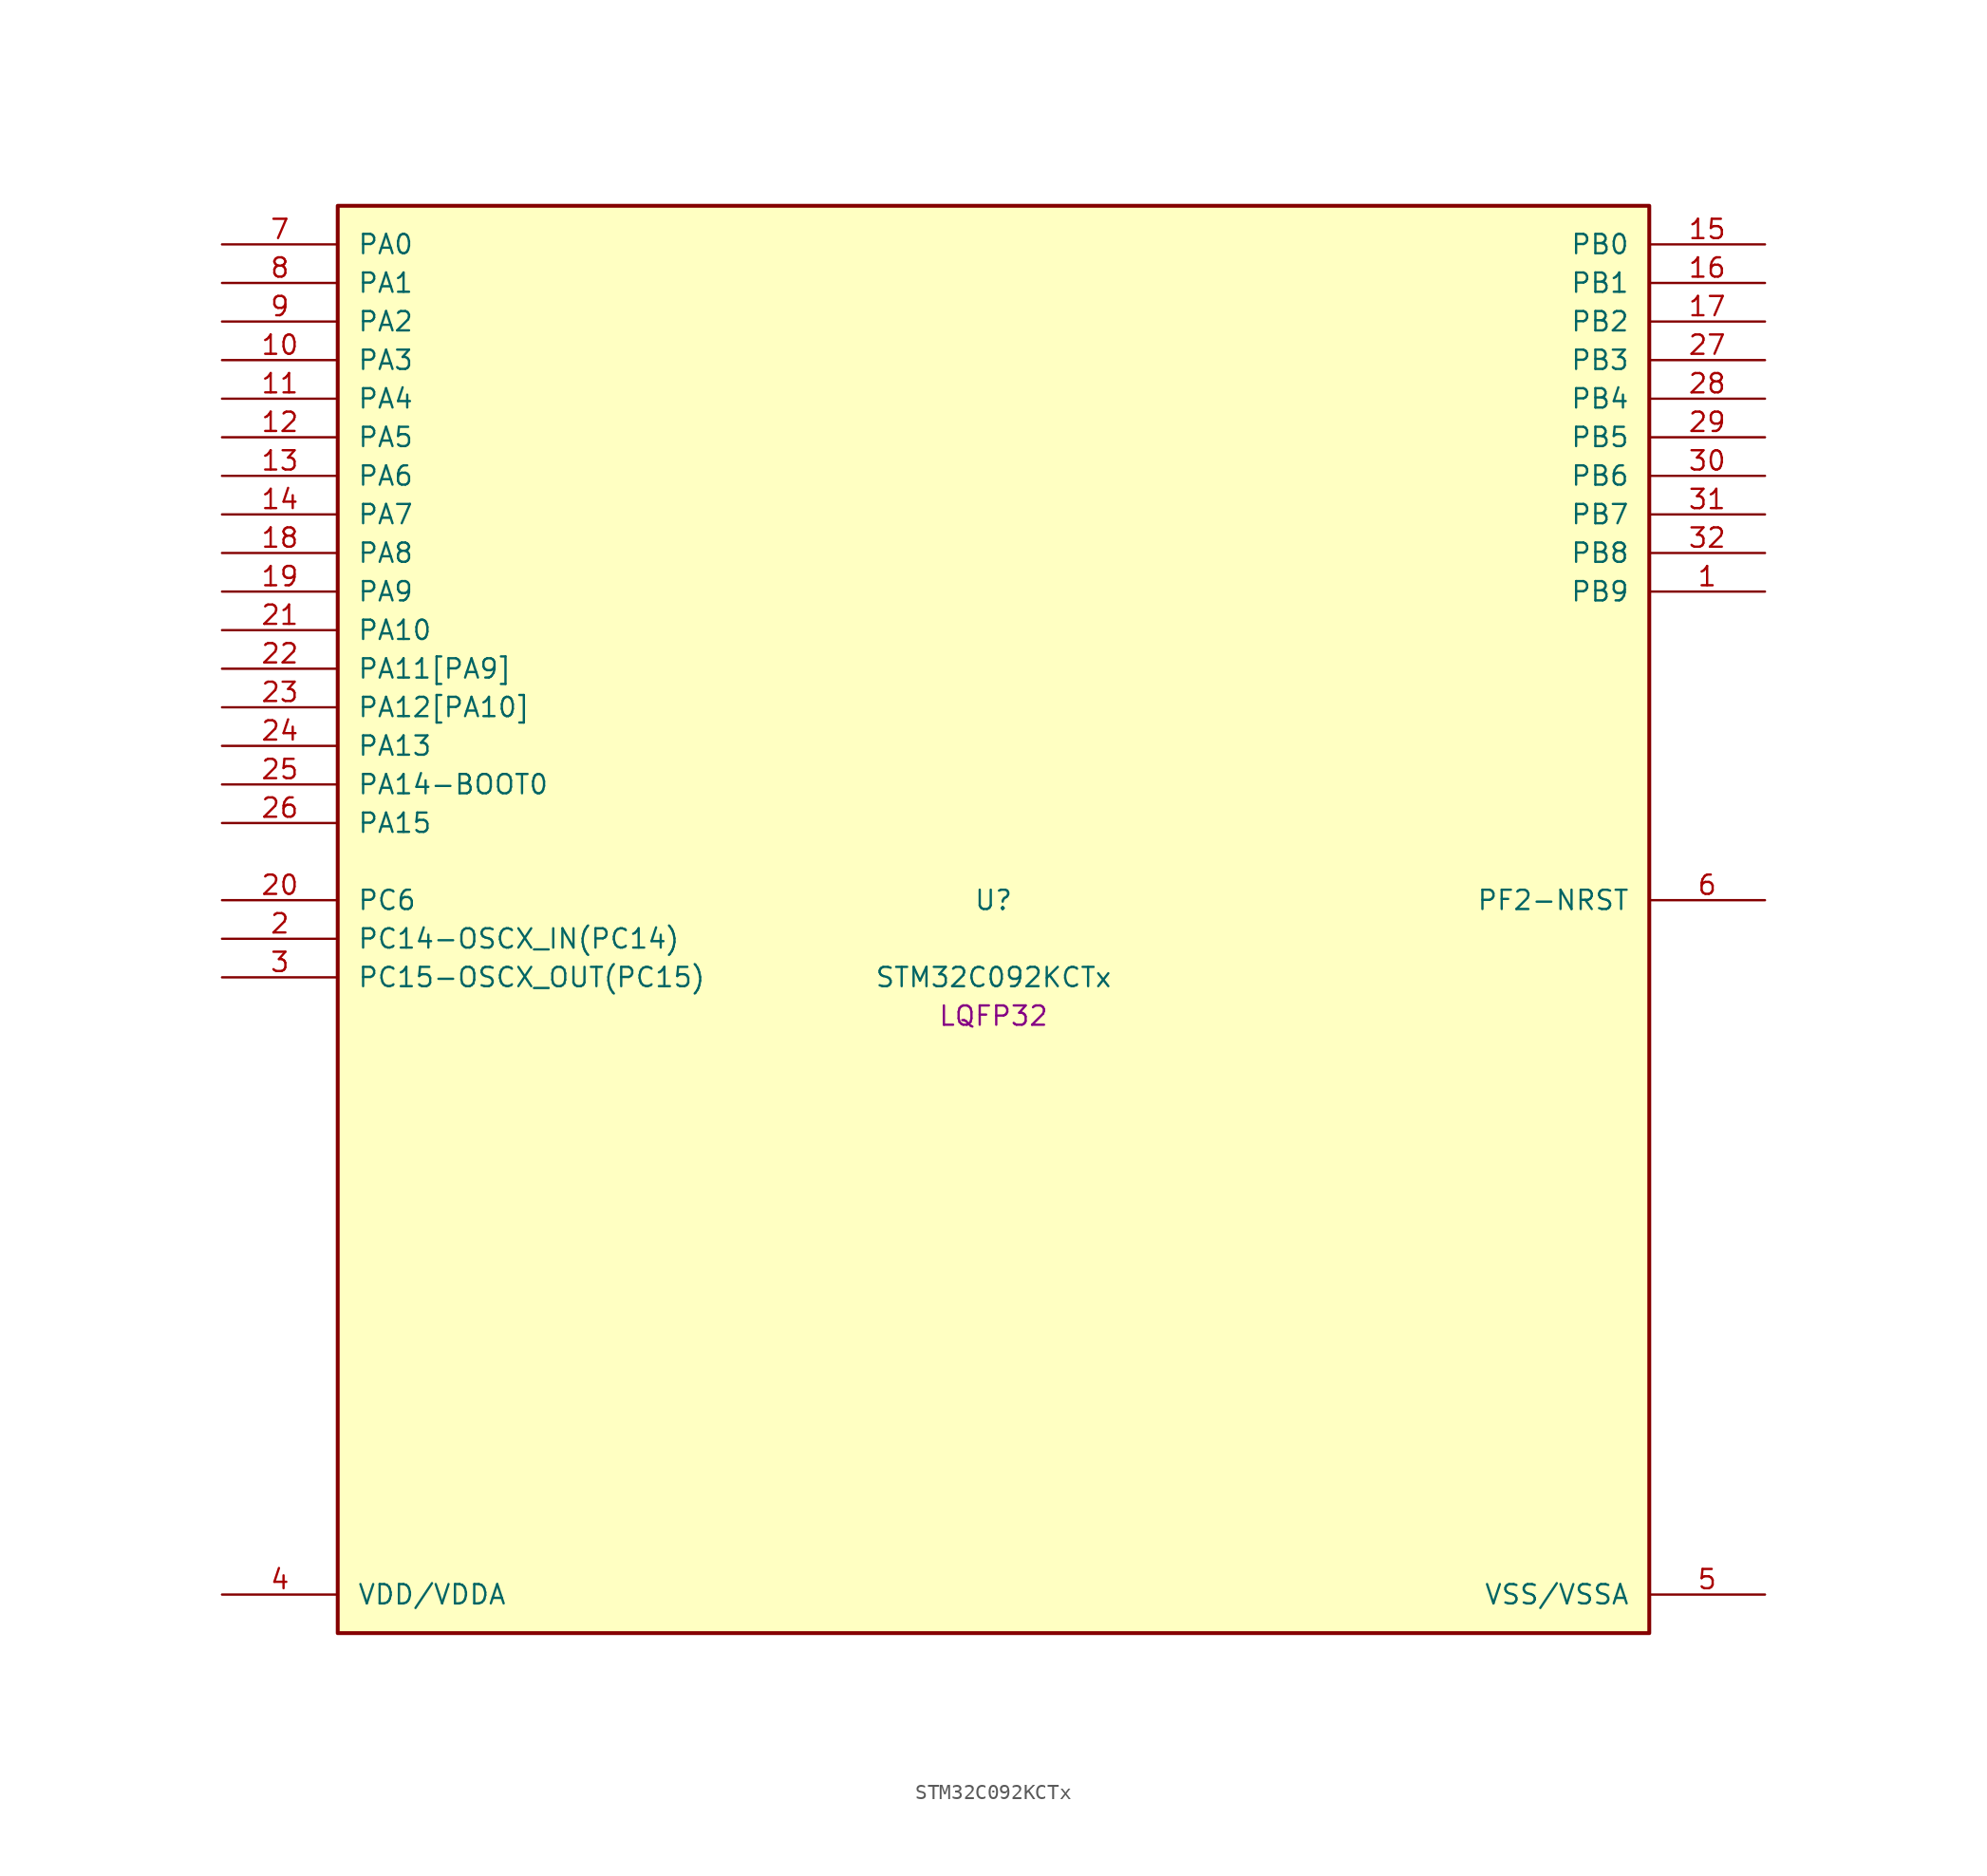
<source format=kicad_sym>
(kicad_symbol_lib
  (version 20241209)
  (generator "stm32_pkl_generator")
  (generator_version "1.0")
  (symbol "STM32C092KCTx"
    (pin_names
      (offset 1.27))
    (property "Reference" "U"
      (at 0 2.54 0))
    (property "Value" "STM32C092KCTx"
      (at 0 -2.54 0))
    (property "Footprint" "LQFP32"
      (at 0 -5.08 0))
    (symbol "STM32C092KCTx_1_1"
      (rectangle (start -43.18 48.26) (end 43.18 -45.72) (stroke (width 0.254) (type solid)) (fill (type background)))
      (pin bidirectional line (at -50.8 45.72 0) (length 7.62) (name "PA0") (number "7") (alternate "PA0/ADC1_IN0" bidirectional line) (alternate "PA0/PWR_WKUP1" bidirectional line) (alternate "PA0/SPI2_SCK" bidirectional line) (alternate "PA0/TIM16_CH1" bidirectional line) (alternate "PA0/TIM1_CH1" bidirectional line) (alternate "PA0/TIM2_CH1" bidirectional line) (alternate "PA0/TIM2_ETR" bidirectional line) (alternate "PA0/USART1_TX" bidirectional line) (alternate "PA0/USART2_CTS" bidirectional line) (alternate "PA0/USART2_NSS" bidirectional line) (alternate "PA0/USART4_TX" bidirectional line))
      (pin bidirectional line (at -50.8 43.18 0) (length 7.62) (name "PA1") (number "8") (alternate "PA1/ADC1_IN1" bidirectional line) (alternate "PA1/I2C1_SMBA" bidirectional line) (alternate "PA1/I2S1_CK" bidirectional line) (alternate "PA1/SPI1_SCK" bidirectional line) (alternate "PA1/TIM15_CH1N" bidirectional line) (alternate "PA1/TIM17_CH1" bidirectional line) (alternate "PA1/TIM1_CH2" bidirectional line) (alternate "PA1/TIM2_CH2" bidirectional line) (alternate "PA1/USART1_RX" bidirectional line) (alternate "PA1/USART2_CK" bidirectional line) (alternate "PA1/USART2_DE" bidirectional line) (alternate "PA1/USART2_RTS" bidirectional line) (alternate "PA1/USART4_RX" bidirectional line))
      (pin bidirectional line (at -50.8 40.64 0) (length 7.62) (name "PA2") (number "9") (alternate "PA2/ADC1_IN2" bidirectional line) (alternate "PA2/I2S1_SD" bidirectional line) (alternate "PA2/PWR_WKUP4" bidirectional line) (alternate "PA2/RCC_LSCO" bidirectional line) (alternate "PA2/SPI1_MOSI" bidirectional line) (alternate "PA2/TIM15_CH1" bidirectional line) (alternate "PA2/TIM16_CH1N" bidirectional line) (alternate "PA2/TIM1_CH3" bidirectional line) (alternate "PA2/TIM2_CH3" bidirectional line) (alternate "PA2/TIM3_ETR" bidirectional line) (alternate "PA2/USART2_TX" bidirectional line))
      (pin bidirectional line (at -50.8 38.1 0) (length 7.62) (name "PA3") (number "10") (alternate "PA3/ADC1_IN3" bidirectional line) (alternate "PA3/SPI2_MISO" bidirectional line) (alternate "PA3/TIM15_CH2" bidirectional line) (alternate "PA3/TIM1_CH1N" bidirectional line) (alternate "PA3/TIM1_CH4" bidirectional line) (alternate "PA3/TIM2_CH4" bidirectional line) (alternate "PA3/USART2_RX" bidirectional line))
      (pin bidirectional line (at -50.8 35.56 0) (length 7.62) (name "PA4") (number "11") (alternate "PA4/ADC1_IN4" bidirectional line) (alternate "PA4/I2S1_WS" bidirectional line) (alternate "PA4/PWR_WKUP2" bidirectional line) (alternate "PA4/RTC_OUT1" bidirectional line) (alternate "PA4/RTC_TS" bidirectional line) (alternate "PA4/SPI1_NSS" bidirectional line) (alternate "PA4/SPI2_MOSI" bidirectional line) (alternate "PA4/TIM14_CH1" bidirectional line) (alternate "PA4/TIM17_CH1N" bidirectional line) (alternate "PA4/TIM1_CH2N" bidirectional line) (alternate "PA4/USART2_TX" bidirectional line))
      (pin bidirectional line (at -50.8 33.02 0) (length 7.62) (name "PA5") (number "12") (alternate "PA5/ADC1_IN5" bidirectional line) (alternate "PA5/I2S1_CK" bidirectional line) (alternate "PA5/SPI1_SCK" bidirectional line) (alternate "PA5/TIM1_CH1" bidirectional line) (alternate "PA5/TIM1_CH3N" bidirectional line) (alternate "PA5/TIM2_CH1" bidirectional line) (alternate "PA5/TIM2_ETR" bidirectional line) (alternate "PA5/USART2_RX" bidirectional line) (alternate "PA5/USART3_TX" bidirectional line))
      (pin bidirectional line (at -50.8 30.48 0) (length 7.62) (name "PA6") (number "13") (alternate "PA6/ADC1_IN6" bidirectional line) (alternate "PA6/I2C2_SDA" bidirectional line) (alternate "PA6/I2S1_MCK" bidirectional line) (alternate "PA6/SPI1_MISO" bidirectional line) (alternate "PA6/TIM16_CH1" bidirectional line) (alternate "PA6/TIM1_BKIN" bidirectional line) (alternate "PA6/TIM3_CH1" bidirectional line) (alternate "PA6/USART3_CTS" bidirectional line) (alternate "PA6/USART3_NSS" bidirectional line))
      (pin bidirectional line (at -50.8 27.94 0) (length 7.62) (name "PA7") (number "14") (alternate "PA7/ADC1_IN7" bidirectional line) (alternate "PA7/I2C2_SCL" bidirectional line) (alternate "PA7/I2S1_SD" bidirectional line) (alternate "PA7/SPI1_MOSI" bidirectional line) (alternate "PA7/TIM14_CH1" bidirectional line) (alternate "PA7/TIM17_CH1" bidirectional line) (alternate "PA7/TIM1_CH1N" bidirectional line) (alternate "PA7/TIM3_CH2" bidirectional line))
      (pin bidirectional line (at -50.8 25.4 0) (length 7.62) (name "PA8") (number "18") (alternate "PA8/ADC1_IN8" bidirectional line) (alternate "PA8/I2S1_WS" bidirectional line) (alternate "PA8/RCC_MCO" bidirectional line) (alternate "PA8/RCC_MCO_2" bidirectional line) (alternate "PA8/SPI1_NSS" bidirectional line) (alternate "PA8/SPI2_MISO" bidirectional line) (alternate "PA8/SPI2_NSS" bidirectional line) (alternate "PA8/TIM14_CH1" bidirectional line) (alternate "PA8/TIM1_CH1" bidirectional line) (alternate "PA8/TIM1_CH2N" bidirectional line) (alternate "PA8/TIM1_CH3N" bidirectional line) (alternate "PA8/TIM3_CH3" bidirectional line) (alternate "PA8/TIM3_CH4" bidirectional line) (alternate "PA8/USART1_RX" bidirectional line) (alternate "PA8/USART2_TX" bidirectional line))
      (pin bidirectional line (at -50.8 22.86 0) (length 7.62) (name "PA9") (number "19") (alternate "PA9/I2C1_SCL" bidirectional line) (alternate "PA9/I2C2_SCL" bidirectional line) (alternate "PA9/RCC_MCO" bidirectional line) (alternate "PA9/SPI2_MISO" bidirectional line) (alternate "PA9/TIM15_BKIN" bidirectional line) (alternate "PA9/TIM1_CH2" bidirectional line) (alternate "PA9/TIM3_ETR" bidirectional line) (alternate "PA9/USART1_TX" bidirectional line) (alternate "PA9/NC" bidirectional line))
      (pin bidirectional line (at -50.8 20.32 0) (length 7.62) (name "PA10") (number "21") (alternate "PA10/I2C1_SDA" bidirectional line) (alternate "PA10/I2C2_SDA" bidirectional line) (alternate "PA10/RCC_MCO_2" bidirectional line) (alternate "PA10/SPI2_MOSI" bidirectional line) (alternate "PA10/TIM17_BKIN" bidirectional line) (alternate "PA10/TIM1_CH3" bidirectional line) (alternate "PA10/USART1_RX" bidirectional line) (alternate "PA10/NC" bidirectional line))
      (pin bidirectional line (at -50.8 17.78 0) (length 7.62) (name "PA11[PA9]") (number "22") (alternate "PA11[PA9]/ADC1_EXTI11" bidirectional line) (alternate "PA11[PA9]/FDCAN1_RX" bidirectional line) (alternate "PA11[PA9]/I2C2_SCL" bidirectional line) (alternate "PA11[PA9]/I2S1_MCK" bidirectional line) (alternate "PA11[PA9]/SPI1_MISO" bidirectional line) (alternate "PA11[PA9]/TIM1_BKIN2" bidirectional line) (alternate "PA11[PA9]/TIM1_CH4" bidirectional line) (alternate "PA11[PA9]/USART1_CTS" bidirectional line) (alternate "PA11[PA9]/USART1_NSS" bidirectional line) (alternate "PA11[PA9]/PA9[PA11]" bidirectional line) (alternate "PA11[PA9]/I2C1_SCL" bidirectional line) (alternate "PA11[PA9]/RCC_MCO" bidirectional line) (alternate "PA11[PA9]/SPI2_MISO" bidirectional line) (alternate "PA11[PA9]/TIM15_BKIN" bidirectional line) (alternate "PA11[PA9]/TIM1_CH2" bidirectional line) (alternate "PA11[PA9]/TIM3_ETR" bidirectional line) (alternate "PA11[PA9]/USART1_TX" bidirectional line))
      (pin bidirectional line (at -50.8 15.24 0) (length 7.62) (name "PA12[PA10]") (number "23") (alternate "PA12[PA10]/FDCAN1_TX" bidirectional line) (alternate "PA12[PA10]/I2C2_SDA" bidirectional line) (alternate "PA12[PA10]/I2S1_SD" bidirectional line) (alternate "PA12[PA10]/I2S_CKIN" bidirectional line) (alternate "PA12[PA10]/SPI1_MOSI" bidirectional line) (alternate "PA12[PA10]/TIM1_ETR" bidirectional line) (alternate "PA12[PA10]/USART1_CK" bidirectional line) (alternate "PA12[PA10]/USART1_DE" bidirectional line) (alternate "PA12[PA10]/USART1_RTS" bidirectional line) (alternate "PA12[PA10]/PA10[PA12]" bidirectional line) (alternate "PA12[PA10]/I2C1_SDA" bidirectional line) (alternate "PA12[PA10]/RCC_MCO_2" bidirectional line) (alternate "PA12[PA10]/SPI2_MOSI" bidirectional line) (alternate "PA12[PA10]/TIM17_BKIN" bidirectional line) (alternate "PA12[PA10]/TIM1_CH3" bidirectional line) (alternate "PA12[PA10]/USART1_RX" bidirectional line))
      (pin bidirectional line (at -50.8 12.7 0) (length 7.62) (name "PA13") (number "24") (alternate "PA13/ADC1_IN13" bidirectional line) (alternate "PA13/DEBUG_SWDIO" bidirectional line) (alternate "PA13/IR_OUT" bidirectional line) (alternate "PA13/TIM3_ETR" bidirectional line) (alternate "PA13/USART2_RX" bidirectional line))
      (pin bidirectional line (at -50.8 10.16 0) (length 7.62) (name "PA14-BOOT0") (number "25") (alternate "PA14-BOOT0/ADC1_IN14" bidirectional line) (alternate "PA14-BOOT0/BOOT0" bidirectional line) (alternate "PA14-BOOT0/DEBUG_SWCLK" bidirectional line) (alternate "PA14-BOOT0/I2S1_WS" bidirectional line) (alternate "PA14-BOOT0/RCC_MCO_2" bidirectional line) (alternate "PA14-BOOT0/SPI1_NSS" bidirectional line) (alternate "PA14-BOOT0/TIM1_CH1" bidirectional line) (alternate "PA14-BOOT0/USART1_CK" bidirectional line) (alternate "PA14-BOOT0/USART1_DE" bidirectional line) (alternate "PA14-BOOT0/USART1_RTS" bidirectional line) (alternate "PA14-BOOT0/USART2_RX" bidirectional line) (alternate "PA14-BOOT0/USART2_TX" bidirectional line))
      (pin bidirectional line (at -50.8 7.62 0) (length 7.62) (name "PA15") (number "26") (alternate "PA15/I2S1_WS" bidirectional line) (alternate "PA15/RCC_MCO_2" bidirectional line) (alternate "PA15/SPI1_NSS" bidirectional line) (alternate "PA15/TIM1_CH1" bidirectional line) (alternate "PA15/TIM2_CH1" bidirectional line) (alternate "PA15/TIM2_ETR" bidirectional line) (alternate "PA15/USART1_CK" bidirectional line) (alternate "PA15/USART1_DE" bidirectional line) (alternate "PA15/USART1_RTS" bidirectional line) (alternate "PA15/USART2_RX" bidirectional line) (alternate "PA15/USART3_CK" bidirectional line) (alternate "PA15/USART3_DE" bidirectional line) (alternate "PA15/USART3_RTS" bidirectional line) (alternate "PA15/USART4_CK" bidirectional line) (alternate "PA15/USART4_DE" bidirectional line) (alternate "PA15/USART4_RTS" bidirectional line))
      (pin bidirectional line (at 50.8 45.72 180) (length 7.62) (name "PB0") (number "15") (alternate "PB0/ADC1_IN17" bidirectional line) (alternate "PB0/FDCAN1_RX" bidirectional line) (alternate "PB0/I2S1_WS" bidirectional line) (alternate "PB0/SPI1_NSS" bidirectional line) (alternate "PB0/TIM1_CH2N" bidirectional line) (alternate "PB0/TIM3_CH3" bidirectional line) (alternate "PB0/USART3_RX" bidirectional line))
      (pin bidirectional line (at 50.8 43.18 180) (length 7.62) (name "PB1") (number "16") (alternate "PB1/ADC1_IN18" bidirectional line) (alternate "PB1/FDCAN1_TX" bidirectional line) (alternate "PB1/TIM14_CH1" bidirectional line) (alternate "PB1/TIM1_CH2N" bidirectional line) (alternate "PB1/TIM1_CH3N" bidirectional line) (alternate "PB1/TIM3_CH4" bidirectional line) (alternate "PB1/USART3_CK" bidirectional line) (alternate "PB1/USART3_DE" bidirectional line) (alternate "PB1/USART3_RTS" bidirectional line))
      (pin bidirectional line (at 50.8 40.64 180) (length 7.62) (name "PB2") (number "17") (alternate "PB2/ADC1_IN19" bidirectional line) (alternate "PB2/RCC_MCO_2" bidirectional line) (alternate "PB2/SPI2_MISO" bidirectional line) (alternate "PB2/USART1_RX" bidirectional line) (alternate "PB2/USART3_TX" bidirectional line))
      (pin bidirectional line (at 50.8 38.1 180) (length 7.62) (name "PB3") (number "27") (alternate "PB3/I2C2_SCL" bidirectional line) (alternate "PB3/I2S1_CK" bidirectional line) (alternate "PB3/SPI1_SCK" bidirectional line) (alternate "PB3/TIM1_CH2" bidirectional line) (alternate "PB3/TIM2_CH2" bidirectional line) (alternate "PB3/TIM3_CH2" bidirectional line) (alternate "PB3/USART1_CK" bidirectional line) (alternate "PB3/USART1_DE" bidirectional line) (alternate "PB3/USART1_RTS" bidirectional line))
      (pin bidirectional line (at 50.8 35.56 180) (length 7.62) (name "PB4") (number "28") (alternate "PB4/I2C2_SDA" bidirectional line) (alternate "PB4/I2S1_MCK" bidirectional line) (alternate "PB4/SPI1_MISO" bidirectional line) (alternate "PB4/TIM17_BKIN" bidirectional line) (alternate "PB4/TIM3_CH1" bidirectional line) (alternate "PB4/USART1_CTS" bidirectional line) (alternate "PB4/USART1_NSS" bidirectional line))
      (pin bidirectional line (at 50.8 33.02 180) (length 7.62) (name "PB5") (number "29") (alternate "PB5/FDCAN1_RX" bidirectional line) (alternate "PB5/I2C1_SMBA" bidirectional line) (alternate "PB5/I2S1_SD" bidirectional line) (alternate "PB5/PWR_WKUP6" bidirectional line) (alternate "PB5/SPI1_MOSI" bidirectional line) (alternate "PB5/TIM16_BKIN" bidirectional line) (alternate "PB5/TIM3_CH2" bidirectional line) (alternate "PB5/TIM3_CH3" bidirectional line))
      (pin bidirectional line (at 50.8 30.48 180) (length 7.62) (name "PB6") (number "30") (alternate "PB6/FDCAN1_TX" bidirectional line) (alternate "PB6/I2C1_SCL" bidirectional line) (alternate "PB6/I2C1_SMBA" bidirectional line) (alternate "PB6/I2S1_CK" bidirectional line) (alternate "PB6/I2S1_MCK" bidirectional line) (alternate "PB6/I2S1_SD" bidirectional line) (alternate "PB6/PWR_WKUP3" bidirectional line) (alternate "PB6/SPI1_MISO" bidirectional line) (alternate "PB6/SPI1_MOSI" bidirectional line) (alternate "PB6/SPI1_SCK" bidirectional line) (alternate "PB6/SPI2_MISO" bidirectional line) (alternate "PB6/TIM16_BKIN" bidirectional line) (alternate "PB6/TIM16_CH1N" bidirectional line) (alternate "PB6/TIM1_CH2" bidirectional line) (alternate "PB6/TIM1_CH3" bidirectional line) (alternate "PB6/TIM3_CH1" bidirectional line) (alternate "PB6/TIM3_CH2" bidirectional line) (alternate "PB6/TIM3_CH3" bidirectional line) (alternate "PB6/USART1_CTS" bidirectional line) (alternate "PB6/USART1_NSS" bidirectional line) (alternate "PB6/USART1_TX" bidirectional line))
      (pin bidirectional line (at 50.8 27.94 180) (length 7.62) (name "PB7") (number "31") (alternate "PB7/I2C1_SCL" bidirectional line) (alternate "PB7/I2C1_SDA" bidirectional line) (alternate "PB7/RTC_REFIN" bidirectional line) (alternate "PB7/SPI2_MOSI" bidirectional line) (alternate "PB7/TIM16_CH1" bidirectional line) (alternate "PB7/TIM17_CH1N" bidirectional line) (alternate "PB7/TIM1_CH4" bidirectional line) (alternate "PB7/TIM3_CH1" bidirectional line) (alternate "PB7/TIM3_CH4" bidirectional line) (alternate "PB7/USART1_RX" bidirectional line) (alternate "PB7/USART2_CTS" bidirectional line) (alternate "PB7/USART2_NSS" bidirectional line) (alternate "PB7/USART4_CTS" bidirectional line) (alternate "PB7/USART4_NSS" bidirectional line))
      (pin bidirectional line (at 50.8 25.4 180) (length 7.62) (name "PB8") (number "32") (alternate "PB8/FDCAN1_RX" bidirectional line) (alternate "PB8/I2C1_SCL" bidirectional line) (alternate "PB8/SPI2_SCK" bidirectional line) (alternate "PB8/TIM15_BKIN" bidirectional line) (alternate "PB8/TIM16_CH1" bidirectional line) (alternate "PB8/TIM3_CH1" bidirectional line) (alternate "PB8/USART2_CTS" bidirectional line) (alternate "PB8/USART2_NSS" bidirectional line) (alternate "PB8/USART3_TX" bidirectional line))
      (pin bidirectional line (at 50.8 22.86 180) (length 7.62) (name "PB9") (number "1") (alternate "PB9/FDCAN1_TX" bidirectional line) (alternate "PB9/I2C1_SDA" bidirectional line) (alternate "PB9/IR_OUT" bidirectional line) (alternate "PB9/SPI2_NSS" bidirectional line) (alternate "PB9/TIM17_CH1" bidirectional line) (alternate "PB9/TIM3_CH2" bidirectional line) (alternate "PB9/USART2_CK" bidirectional line) (alternate "PB9/USART2_DE" bidirectional line) (alternate "PB9/USART2_RTS" bidirectional line) (alternate "PB9/USART3_RX" bidirectional line))
      (pin bidirectional line (at -50.8 2.54 0) (length 7.62) (name "PC6") (number "20") (alternate "PC6/TIM2_CH3" bidirectional line) (alternate "PC6/TIM3_CH1" bidirectional line))
      (pin bidirectional line (at -50.8 0 0) (length 7.62) (name "PC14-OSCX_IN(PC14)") (number "2") (alternate "PC14-OSCX_IN(PC14)/FDCAN1_TX" bidirectional line) (alternate "PC14-OSCX_IN(PC14)/I2C1_SDA" bidirectional line) (alternate "PC14-OSCX_IN(PC14)/IR_OUT" bidirectional line) (alternate "PC14-OSCX_IN(PC14)/RCC_OSCX_IN" bidirectional line) (alternate "PC14-OSCX_IN(PC14)/SPI2_NSS" bidirectional line) (alternate "PC14-OSCX_IN(PC14)/TIM17_CH1" bidirectional line) (alternate "PC14-OSCX_IN(PC14)/TIM1_BKIN2" bidirectional line) (alternate "PC14-OSCX_IN(PC14)/TIM1_ETR" bidirectional line) (alternate "PC14-OSCX_IN(PC14)/TIM3_CH2" bidirectional line) (alternate "PC14-OSCX_IN(PC14)/USART1_TX" bidirectional line) (alternate "PC14-OSCX_IN(PC14)/USART2_CK" bidirectional line) (alternate "PC14-OSCX_IN(PC14)/USART2_DE" bidirectional line) (alternate "PC14-OSCX_IN(PC14)/USART2_RTS" bidirectional line) (alternate "PC14-OSCX_IN(PC14)/USART3_TX" bidirectional line))
      (pin bidirectional line (at -50.8 -2.54 0) (length 7.62) (name "PC15-OSCX_OUT(PC15)") (number "3") (alternate "PC15-OSCX_OUT(PC15)/RCC_OSC32_EN" bidirectional line) (alternate "PC15-OSCX_OUT(PC15)/RCC_OSCX_OUT" bidirectional line) (alternate "PC15-OSCX_OUT(PC15)/RCC_OSC_EN" bidirectional line) (alternate "PC15-OSCX_OUT(PC15)/TIM15_BKIN" bidirectional line) (alternate "PC15-OSCX_OUT(PC15)/TIM1_ETR" bidirectional line) (alternate "PC15-OSCX_OUT(PC15)/TIM3_CH3" bidirectional line))
      (pin bidirectional line (at 50.8 2.54 180) (length 7.62) (name "PF2-NRST") (number "6") (alternate "PF2-NRST/RCC_MCO" bidirectional line) (alternate "PF2-NRST/TIM1_CH4" bidirectional line))
      (pin power_in line (at -50.8 -43.18 0) (length 7.62) (name "VDD/VDDA") (number "4"))
      (pin power_in line (at 50.8 -43.18 180) (length 7.62) (name "VSS/VSSA") (number "5")))))
</source>
